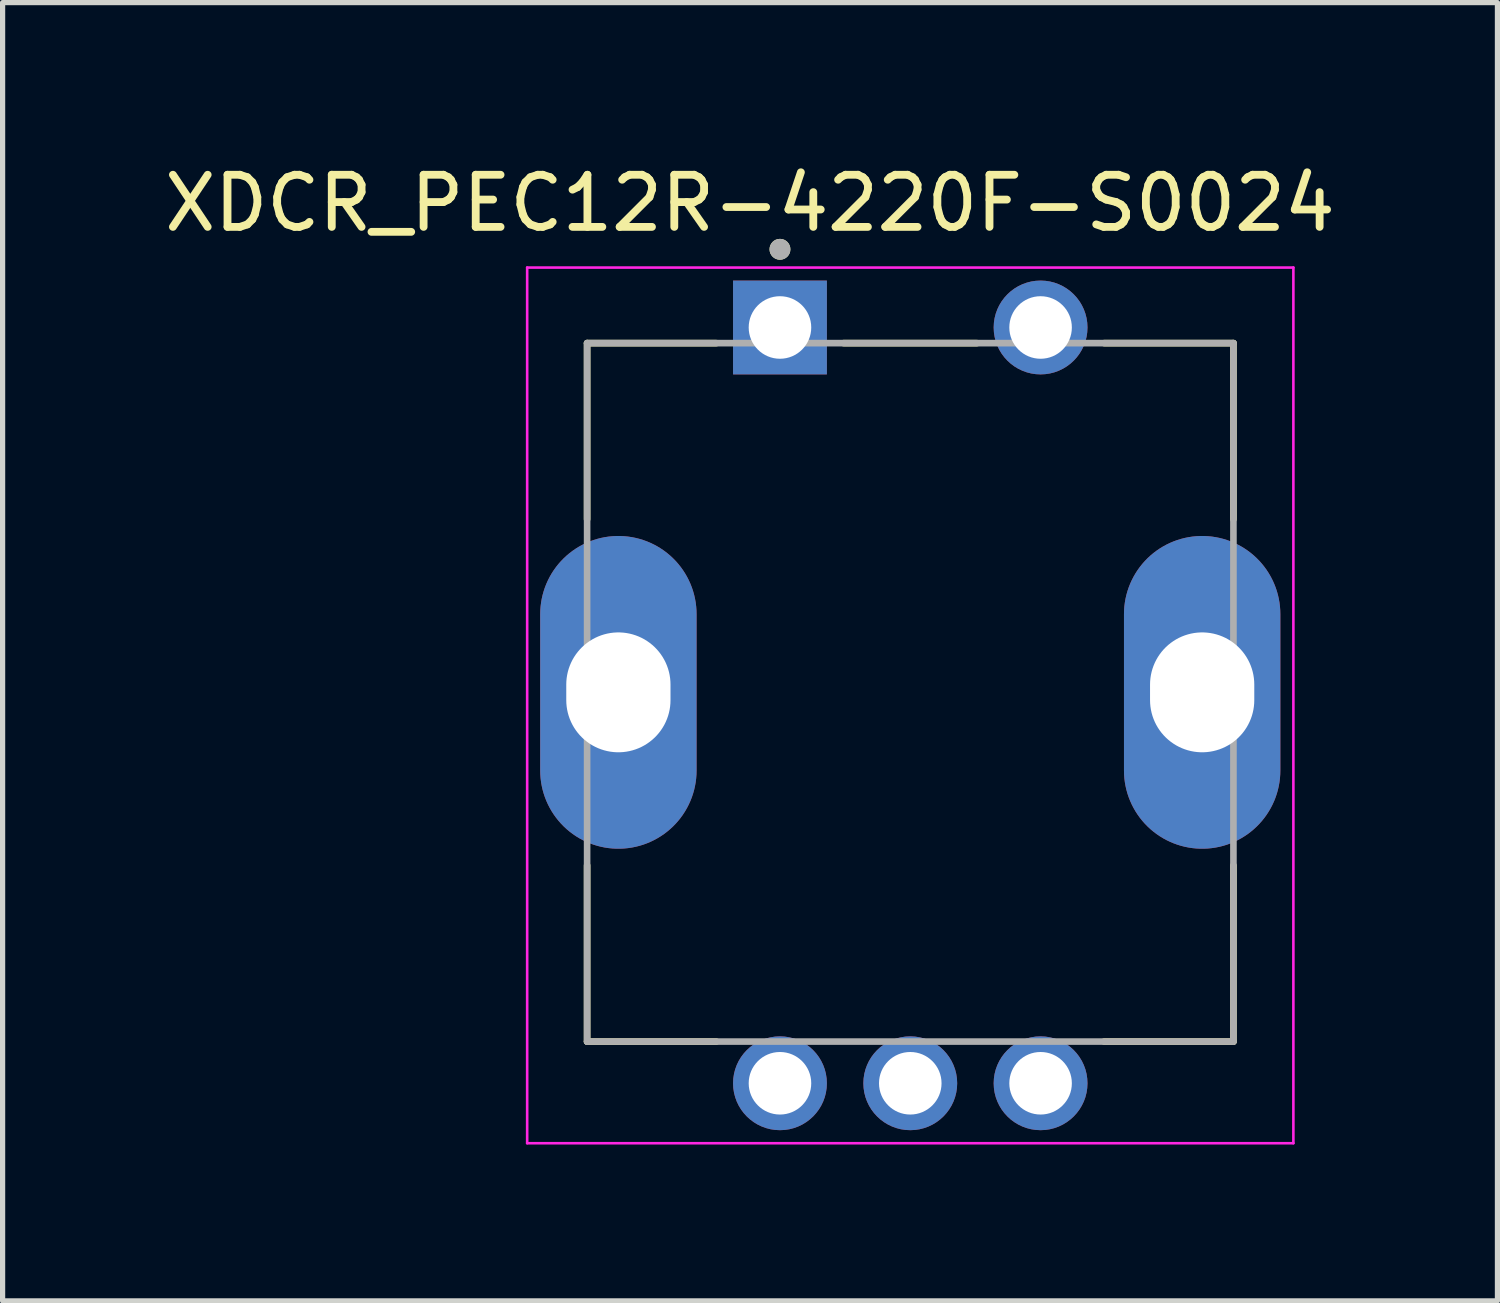
<source format=kicad_pcb>
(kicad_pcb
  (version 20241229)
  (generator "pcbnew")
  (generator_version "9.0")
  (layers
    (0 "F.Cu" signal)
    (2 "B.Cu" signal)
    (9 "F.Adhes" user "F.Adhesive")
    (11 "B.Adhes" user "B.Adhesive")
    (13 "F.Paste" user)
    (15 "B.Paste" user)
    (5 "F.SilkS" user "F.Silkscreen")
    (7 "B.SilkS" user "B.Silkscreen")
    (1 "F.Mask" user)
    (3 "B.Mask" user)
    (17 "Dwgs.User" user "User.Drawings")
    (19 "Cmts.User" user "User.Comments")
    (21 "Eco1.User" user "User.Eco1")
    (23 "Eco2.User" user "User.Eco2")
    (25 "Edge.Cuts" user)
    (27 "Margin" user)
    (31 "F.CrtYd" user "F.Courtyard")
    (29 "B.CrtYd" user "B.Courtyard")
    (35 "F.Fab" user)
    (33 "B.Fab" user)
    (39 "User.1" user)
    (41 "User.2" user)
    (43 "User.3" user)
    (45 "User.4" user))
  (footprint "XDCR_PEC12R-4220F-S0024"
    (layer "F.Cu")
    (at 14.414 10.233)
    (property "Reference" "XDCR_PEC12R-4220F-S0024" (at -3.075 -9.385 0) (layer "F.SilkS") (effects (font (size 1 1) (thickness 0.15))))
    (attr through_hole)
    (fp_line (start -6.2 -6.7) (end -3.72 -6.7) (stroke (width 0.127) (type solid)) (layer "F.SilkS"))
    (fp_line (start -6.2 -3.32) (end -6.2 -6.7) (stroke (width 0.127) (type solid)) (layer "F.SilkS"))
    (fp_line (start -6.2 6.7) (end -6.2 3.32) (stroke (width 0.127) (type solid)) (layer "F.SilkS"))
    (fp_line (start -3.72 6.7) (end -6.2 6.7) (stroke (width 0.127) (type solid)) (layer "F.SilkS"))
    (fp_line (start -1.28 -6.7) (end 1.28 -6.7) (stroke (width 0.127) (type solid)) (layer "F.SilkS"))
    (fp_line (start 3.72 -6.7) (end 6.2 -6.7) (stroke (width 0.127) (type solid)) (layer "F.SilkS"))
    (fp_line (start 6.2 -6.7) (end 6.2 -3.32) (stroke (width 0.127) (type solid)) (layer "F.SilkS"))
    (fp_line (start 6.2 6.7) (end 3.72 6.7) (stroke (width 0.127) (type solid)) (layer "F.SilkS"))
    (fp_line (start 6.2 6.7) (end 6.2 3.32) (stroke (width 0.127) (type solid)) (layer "F.SilkS"))
    (fp_circle (center -2.5 -8.5) (end -2.4 -8.5) (stroke (width 0.2) (type solid)) (fill no) (layer "F.SilkS"))
    (fp_line (start -7.35 -8.15) (end -7.35 8.65) (stroke (width 0.05) (type solid)) (layer "F.CrtYd"))
    (fp_line (start -7.35 8.65) (end 7.35 8.65) (stroke (width 0.05) (type solid)) (layer "F.CrtYd"))
    (fp_line (start 7.35 -8.15) (end -7.35 -8.15) (stroke (width 0.05) (type solid)) (layer "F.CrtYd"))
    (fp_line (start 7.35 8.65) (end 7.35 -8.15) (stroke (width 0.05) (type solid)) (layer "F.CrtYd"))
    (fp_line (start -6.2 -6.7) (end 6.2 -6.7) (stroke (width 0.127) (type solid)) (layer "F.Fab"))
    (fp_line (start -6.2 6.7) (end -6.2 -6.7) (stroke (width 0.127) (type solid)) (layer "F.Fab"))
    (fp_line (start 6.2 -6.7) (end 6.2 6.7) (stroke (width 0.127) (type solid)) (layer "F.Fab"))
    (fp_line (start 6.2 6.7) (end -6.2 6.7) (stroke (width 0.127) (type solid)) (layer "F.Fab"))
    (fp_circle (center -2.5 -8.5) (end -2.4 -8.5) (stroke (width 0.2) (type solid)) (fill no) (layer "F.Fab"))
    (pad "1" thru_hole rect (at -2.5 -7) (size 1.8 1.8) (drill 1.2) (layers "*.Cu" "*.Mask"))
    (pad "2" thru_hole circle (at 2.5 -7) (size 1.8 1.8) (drill 1.2) (layers "*.Cu" "*.Mask"))
    (pad "A" thru_hole circle (at -2.5 7.5) (size 1.8 1.8) (drill 1.2) (layers "*.Cu" "*.Mask"))
    (pad "B" thru_hole circle (at 2.5 7.5) (size 1.8 1.8) (drill 1.2) (layers "*.Cu" "*.Mask"))
    (pad "C" thru_hole circle (at 0 7.5) (size 1.8 1.8) (drill 1.2) (layers "*.Cu" "*.Mask"))
    (pad "SH1" thru_hole oval (at -5.6 0) (size 3 6) (drill oval 2 2.3) (layers "*.Cu" "*.Mask"))
    (pad "SH2" thru_hole oval (at 5.6 0) (size 3 6) (drill oval 2 2.3) (layers "*.Cu" "*.Mask")))
  (gr_rect
    (start -3 -3)
    (end 25.679 21.908)
    (stroke (width 0.1) (type default))
    (fill no)
    (layer "Edge.Cuts")))
</source>
